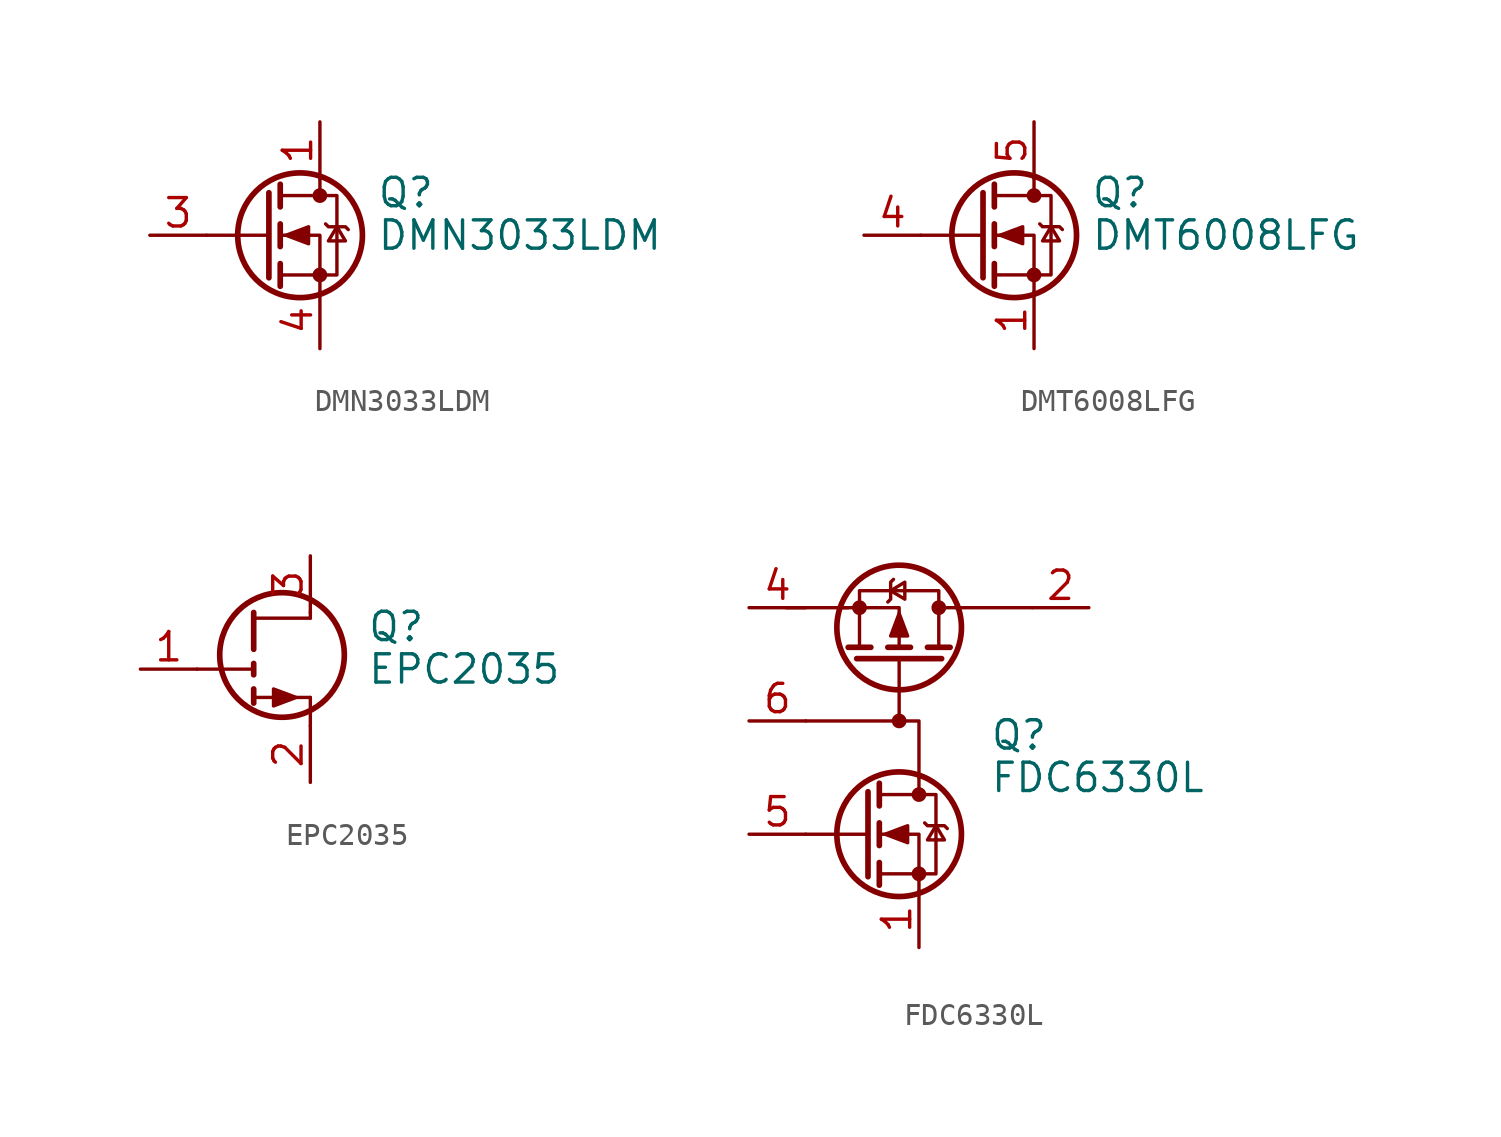
<source format=kicad_sym>
(kicad_symbol_lib
  (version 20241209)
  (generator "kicad_symbol_editor")
  (generator_version "9.0")
  (symbol "DMN3033LDM"
    (pin_names
      (hide yes))
    (property "Reference" "Q"
      (at 5.08 1.905 0)
      (effects (font (size 1.27 1.27)) (justify left)))
    (property "Value" "DMN3033LDM"
      (at 5.08 0 0)
      (effects (font (size 1.27 1.27)) (justify left)))
    (symbol "DMN3033LDM_0_1"
      (polyline (pts (xy 0.254 1.905) (xy 0.254 -1.905)) (stroke (width 0.254) (type default)) (fill (type none)))
      (polyline (pts (xy 0.254 0) (xy -2.54 0)) (stroke (width 0) (type default)) (fill (type none)))
      (polyline (pts (xy 0.762 2.286) (xy 0.762 1.27)) (stroke (width 0.254) (type default)) (fill (type none)))
      (polyline (pts (xy 0.762 0.508) (xy 0.762 -0.508)) (stroke (width 0.254) (type default)) (fill (type none)))
      (polyline (pts (xy 0.762 -1.27) (xy 0.762 -2.286)) (stroke (width 0.254) (type default)) (fill (type none)))
      (polyline (pts (xy 0.762 -1.778) (xy 3.302 -1.778) (xy 3.302 1.778) (xy 0.762 1.778)) (stroke (width 0) (type default)) (fill (type none)))
      (polyline (pts (xy 1.016 0) (xy 2.032 0.381) (xy 2.032 -0.381) (xy 1.016 0)) (stroke (width 0) (type default)) (fill (type outline)))
      (circle (center 1.651 0) (radius 2.794) (stroke (width 0.254) (type default)) (fill (type none)))
      (polyline (pts (xy 2.54 2.54) (xy 2.54 1.778)) (stroke (width 0) (type default)) (fill (type none)))
      (circle (center 2.54 1.778) (radius 0.254) (stroke (width 0) (type default)) (fill (type outline)))
      (circle (center 2.54 -1.778) (radius 0.254) (stroke (width 0) (type default)) (fill (type outline)))
      (polyline (pts (xy 2.54 -2.54) (xy 2.54 0) (xy 0.762 0)) (stroke (width 0) (type default)) (fill (type none)))
      (polyline (pts (xy 2.794 0.508) (xy 2.921 0.381) (xy 3.683 0.381) (xy 3.81 0.254)) (stroke (width 0) (type default)) (fill (type none)))
      (polyline (pts (xy 3.302 0.381) (xy 2.921 -0.254) (xy 3.683 -0.254) (xy 3.302 0.381)) (stroke (width 0) (type default)) (fill (type none))))
    (symbol "DMN3033LDM_1_1"
      (pin input line (at -5.08 0 0) (length 2.54) (name "G" (effects (font (size 1.27 1.27)))) (number "3" (effects (font (size 1.27 1.27)))))
      (pin passive line (at 2.54 5.08 270) (length 2.54) (name "D" (effects (font (size 1.27 1.27)))) (number "1" (effects (font (size 1.27 1.27)))))
      (pin passive line (at 2.54 5.08 270) (length 2.54) (hide yes) (name "D" (effects (font (size 1.27 1.27)))) (number "2" (effects (font (size 1.27 1.27)))))
      (pin passive line (at 2.54 5.08 270) (length 2.54) (hide yes) (name "D" (effects (font (size 1.27 1.27)))) (number "5" (effects (font (size 1.27 1.27)))))
      (pin passive line (at 2.54 5.08 270) (length 2.54) (hide yes) (name "D" (effects (font (size 1.27 1.27)))) (number "6" (effects (font (size 1.27 1.27)))))
      (pin passive line (at 2.54 -5.08 90) (length 2.54) (name "S" (effects (font (size 1.27 1.27)))) (number "4" (effects (font (size 1.27 1.27)))))))
  (symbol "DMT6008LFG"
    (pin_names
      (hide yes))
    (property "Reference" "Q"
      (at 5.08 1.905 0)
      (effects (font (size 1.27 1.27)) (justify left)))
    (property "Value" "DMT6008LFG"
      (at 5.08 0 0)
      (effects (font (size 1.27 1.27)) (justify left)))
    (symbol "DMT6008LFG_0_1"
      (polyline (pts (xy 0.254 1.905) (xy 0.254 -1.905)) (stroke (width 0.254) (type default)) (fill (type none)))
      (polyline (pts (xy 0.254 0) (xy -2.54 0)) (stroke (width 0) (type default)) (fill (type none)))
      (polyline (pts (xy 0.762 2.286) (xy 0.762 1.27)) (stroke (width 0.254) (type default)) (fill (type none)))
      (polyline (pts (xy 0.762 0.508) (xy 0.762 -0.508)) (stroke (width 0.254) (type default)) (fill (type none)))
      (polyline (pts (xy 0.762 -1.27) (xy 0.762 -2.286)) (stroke (width 0.254) (type default)) (fill (type none)))
      (polyline (pts (xy 0.762 -1.778) (xy 3.302 -1.778) (xy 3.302 1.778) (xy 0.762 1.778)) (stroke (width 0) (type default)) (fill (type none)))
      (polyline (pts (xy 1.016 0) (xy 2.032 0.381) (xy 2.032 -0.381) (xy 1.016 0)) (stroke (width 0) (type default)) (fill (type outline)))
      (circle (center 1.651 0) (radius 2.794) (stroke (width 0.254) (type default)) (fill (type none)))
      (polyline (pts (xy 2.54 2.54) (xy 2.54 1.778)) (stroke (width 0) (type default)) (fill (type none)))
      (circle (center 2.54 1.778) (radius 0.254) (stroke (width 0) (type default)) (fill (type outline)))
      (circle (center 2.54 -1.778) (radius 0.254) (stroke (width 0) (type default)) (fill (type outline)))
      (polyline (pts (xy 2.54 -2.54) (xy 2.54 0) (xy 0.762 0)) (stroke (width 0) (type default)) (fill (type none)))
      (polyline (pts (xy 2.794 0.508) (xy 2.921 0.381) (xy 3.683 0.381) (xy 3.81 0.254)) (stroke (width 0) (type default)) (fill (type none)))
      (polyline (pts (xy 3.302 0.381) (xy 2.921 -0.254) (xy 3.683 -0.254) (xy 3.302 0.381)) (stroke (width 0) (type default)) (fill (type none))))
    (symbol "DMT6008LFG_1_1"
      (pin passive line (at -5.08 0 0) (length 2.54) (name "G" (effects (font (size 1.27 1.27)))) (number "4" (effects (font (size 1.27 1.27)))))
      (pin passive line (at 2.54 5.08 270) (length 2.54) (name "D" (effects (font (size 1.27 1.27)))) (number "5" (effects (font (size 1.27 1.27)))))
      (pin passive line (at 2.54 -5.08 90) (length 2.54) (name "S" (effects (font (size 1.27 1.27)))) (number "1" (effects (font (size 1.27 1.27)))))
      (pin passive line (at 2.54 -5.08 90) (length 2.54) (hide yes) (name "S" (effects (font (size 1.27 1.27)))) (number "2" (effects (font (size 1.27 1.27)))))
      (pin passive line (at 2.54 -5.08 90) (length 2.54) (hide yes) (name "S" (effects (font (size 1.27 1.27)))) (number "3" (effects (font (size 1.27 1.27)))))))
  (symbol "EPC2035"
    (pin_names
      (offset 0)
      (hide yes))
    (property "Reference" "Q"
      (at 5.08 1.905 0)
      (effects (font (size 1.27 1.27)) (justify left)))
    (property "Value" "EPC2035"
      (at 5.08 0 0)
      (effects (font (size 1.27 1.27)) (justify left)))
    (symbol "EPC2035_0_1"
      (polyline (pts (xy 0 2.286) (xy 2.54 2.286)) (stroke (width 0) (type default)) (fill (type none)))
      (polyline (pts (xy 0 0) (xy -2.54 0)) (stroke (width 0) (type default)) (fill (type none)))
      (circle (center 1.27 0.635) (radius 2.794) (stroke (width 0.254) (type default)) (fill (type none)))
      (polyline (pts (xy 1.905 -1.27) (xy 0.889 -0.889) (xy 0.889 -1.651) (xy 1.905 -1.27)) (stroke (width 0) (type default)) (fill (type outline)))
      (polyline (pts (xy 2.54 2.286) (xy 2.54 2.54)) (stroke (width 0) (type default)) (fill (type none)))
      (polyline (pts (xy 2.54 -1.27) (xy 0 -1.27)) (stroke (width 0) (type default)) (fill (type none)))
      (polyline (pts (xy 2.54 -2.54) (xy 2.54 -1.27)) (stroke (width 0) (type default)) (fill (type none))))
    (symbol "EPC2035_1_1"
      (polyline (pts (xy 0 0.889) (xy 0 2.54)) (stroke (width 0.254) (type default)) (fill (type none)))
      (polyline (pts (xy 0 0.254) (xy 0 -0.254)) (stroke (width 0.254) (type default)) (fill (type none)))
      (polyline (pts (xy 0 -0.889) (xy 0 -1.524)) (stroke (width 0.254) (type default)) (fill (type none)))
      (pin input line (at -5.08 0 0) (length 2.54) (name "G" (effects (font (size 1.27 1.27)))) (number "1" (effects (font (size 1.27 1.27)))))
      (pin passive line (at 2.54 5.08 270) (length 2.54) (name "D" (effects (font (size 1.27 1.27)))) (number "3" (effects (font (size 1.27 1.27)))))
      (pin passive line (at 2.54 -5.08 90) (length 2.54) (name "S" (effects (font (size 1.27 1.27)))) (number "2" (effects (font (size 1.27 1.27)))))
      (pin passive line (at 2.54 -5.08 90) (length 2.54) (hide yes) (name "S" (effects (font (size 1.27 1.27)))) (number "4" (effects (font (size 1.27 1.27)))))))
  (symbol "FDC6330L"
    (pin_names
      (hide yes))
    (property "Reference" "Q"
      (at 3.175 1.905 0)
      (effects (font (size 1.27 1.27)) (justify left)))
    (property "Value" "FDC6330L"
      (at 3.175 0 0)
      (effects (font (size 1.27 1.27)) (justify left)))
    (symbol "FDC6330L_0_1"
      (polyline (pts (xy -5.08 2.54) (xy 0 2.54) (xy 0 0)) (stroke (width 0) (type default)) (fill (type none)))
      (polyline (pts (xy -2.286 -0.635) (xy -2.286 -4.445)) (stroke (width 0.254) (type default)) (fill (type none)))
      (polyline (pts (xy -2.286 -2.54) (xy -5.08 -2.54)) (stroke (width 0) (type default)) (fill (type none)))
      (polyline (pts (xy -1.778 -0.254) (xy -1.778 -1.27)) (stroke (width 0.254) (type default)) (fill (type none)))
      (polyline (pts (xy -1.778 -2.032) (xy -1.778 -3.048)) (stroke (width 0.254) (type default)) (fill (type none)))
      (polyline (pts (xy -1.778 -3.81) (xy -1.778 -4.826)) (stroke (width 0.254) (type default)) (fill (type none)))
      (polyline (pts (xy -1.778 -4.318) (xy 0.762 -4.318) (xy 0.762 -0.762) (xy -1.778 -0.762)) (stroke (width 0) (type default)) (fill (type none)))
      (circle (center -0.889 -2.54) (radius 2.794) (stroke (width 0.254) (type default)) (fill (type none)))
      (polyline (pts (xy 0 0) (xy 0 -0.762)) (stroke (width 0) (type default)) (fill (type none)))
      (circle (center 0 -0.762) (radius 0.254) (stroke (width 0) (type default)) (fill (type outline)))
      (circle (center 0 -4.318) (radius 0.254) (stroke (width 0) (type default)) (fill (type outline)))
      (polyline (pts (xy 0 -5.08) (xy 0 -2.54) (xy -1.778 -2.54)) (stroke (width 0) (type default)) (fill (type none)))
      (polyline (pts (xy 5.08 7.62) (xy 1.651 7.62)) (stroke (width 0) (type default)) (fill (type none))))
    (symbol "FDC6330L_1_1"
      (polyline (pts (xy -3.429 7.62) (xy -0.889 7.62) (xy -0.889 5.842)) (stroke (width 0) (type default)) (fill (type none)))
      (polyline (pts (xy -3.175 7.62) (xy -5.969 7.62)) (stroke (width 0) (type default)) (fill (type none)))
      (circle (center -2.667 7.62) (radius 0.254) (stroke (width 0) (type default)) (fill (type outline)))
      (polyline (pts (xy -2.667 5.842) (xy -2.667 8.382) (xy 0.889 8.382) (xy 0.889 5.842)) (stroke (width 0) (type default)) (fill (type none)))
      (polyline (pts (xy -2.159 5.842) (xy -3.175 5.842)) (stroke (width 0.254) (type default)) (fill (type none)))
      (polyline (pts (xy -1.524 -2.54) (xy -0.508 -2.159) (xy -0.508 -2.921) (xy -1.524 -2.54)) (stroke (width 0) (type default)) (fill (type outline)))
      (polyline (pts (xy -1.397 7.874) (xy -1.27 8.001) (xy -1.27 8.763) (xy -1.143 8.89)) (stroke (width 0) (type default)) (fill (type none)))
      (polyline (pts (xy -1.27 8.382) (xy -0.635 8.001) (xy -0.635 8.763) (xy -1.27 8.382)) (stroke (width 0) (type default)) (fill (type none)))
      (polyline (pts (xy -0.889 7.366) (xy -0.508 6.35) (xy -1.27 6.35) (xy -0.889 7.366)) (stroke (width 0) (type default)) (fill (type outline)))
      (circle (center -0.889 6.731) (radius 2.794) (stroke (width 0.254) (type default)) (fill (type none)))
      (polyline (pts (xy -0.889 5.334) (xy -0.889 2.54)) (stroke (width 0) (type default)) (fill (type none)))
      (circle (center -0.889 2.54) (radius 0.254) (stroke (width 0) (type default)) (fill (type outline)))
      (polyline (pts (xy -0.381 5.842) (xy -1.397 5.842)) (stroke (width 0.254) (type default)) (fill (type none)))
      (polyline (pts (xy 0.254 -2.032) (xy 0.381 -2.159) (xy 1.143 -2.159) (xy 1.27 -2.286)) (stroke (width 0) (type default)) (fill (type none)))
      (polyline (pts (xy 0.762 -2.159) (xy 0.381 -2.794) (xy 1.143 -2.794) (xy 0.762 -2.159)) (stroke (width 0) (type default)) (fill (type none)))
      (circle (center 0.889 7.62) (radius 0.254) (stroke (width 0) (type default)) (fill (type outline)))
      (polyline (pts (xy 1.016 5.334) (xy -2.794 5.334)) (stroke (width 0.254) (type default)) (fill (type none)))
      (polyline (pts (xy 1.397 5.842) (xy 0.381 5.842)) (stroke (width 0.254) (type default)) (fill (type none)))
      (polyline (pts (xy 1.651 7.62) (xy 0.889 7.62)) (stroke (width 0) (type default)) (fill (type none)))
      (pin passive line (at -7.62 7.62 0) (length 2.54) (name "S2" (effects (font (size 1.27 1.27)))) (number "4" (effects (font (size 1.27 1.27)))))
      (pin passive line (at -7.62 2.54 0) (length 2.54) (name "D1" (effects (font (size 1.27 1.27)))) (number "6" (effects (font (size 1.27 1.27)))))
      (pin passive line (at -7.62 -2.54 0) (length 2.54) (name "G1" (effects (font (size 1.27 1.27)))) (number "5" (effects (font (size 1.27 1.27)))))
      (pin passive line (at 0 -7.62 90) (length 2.54) (name "S1" (effects (font (size 1.27 1.27)))) (number "1" (effects (font (size 1.27 1.27)))))
      (pin passive line (at 7.62 7.62 180) (length 2.54) (name "D2" (effects (font (size 1.27 1.27)))) (number "2" (effects (font (size 1.27 1.27)))))
      (pin passive line (at 7.62 7.62 180) (length 2.54) (hide yes) (name "D2" (effects (font (size 1.27 1.27)))) (number "3" (effects (font (size 1.27 1.27))))))))
</source>
